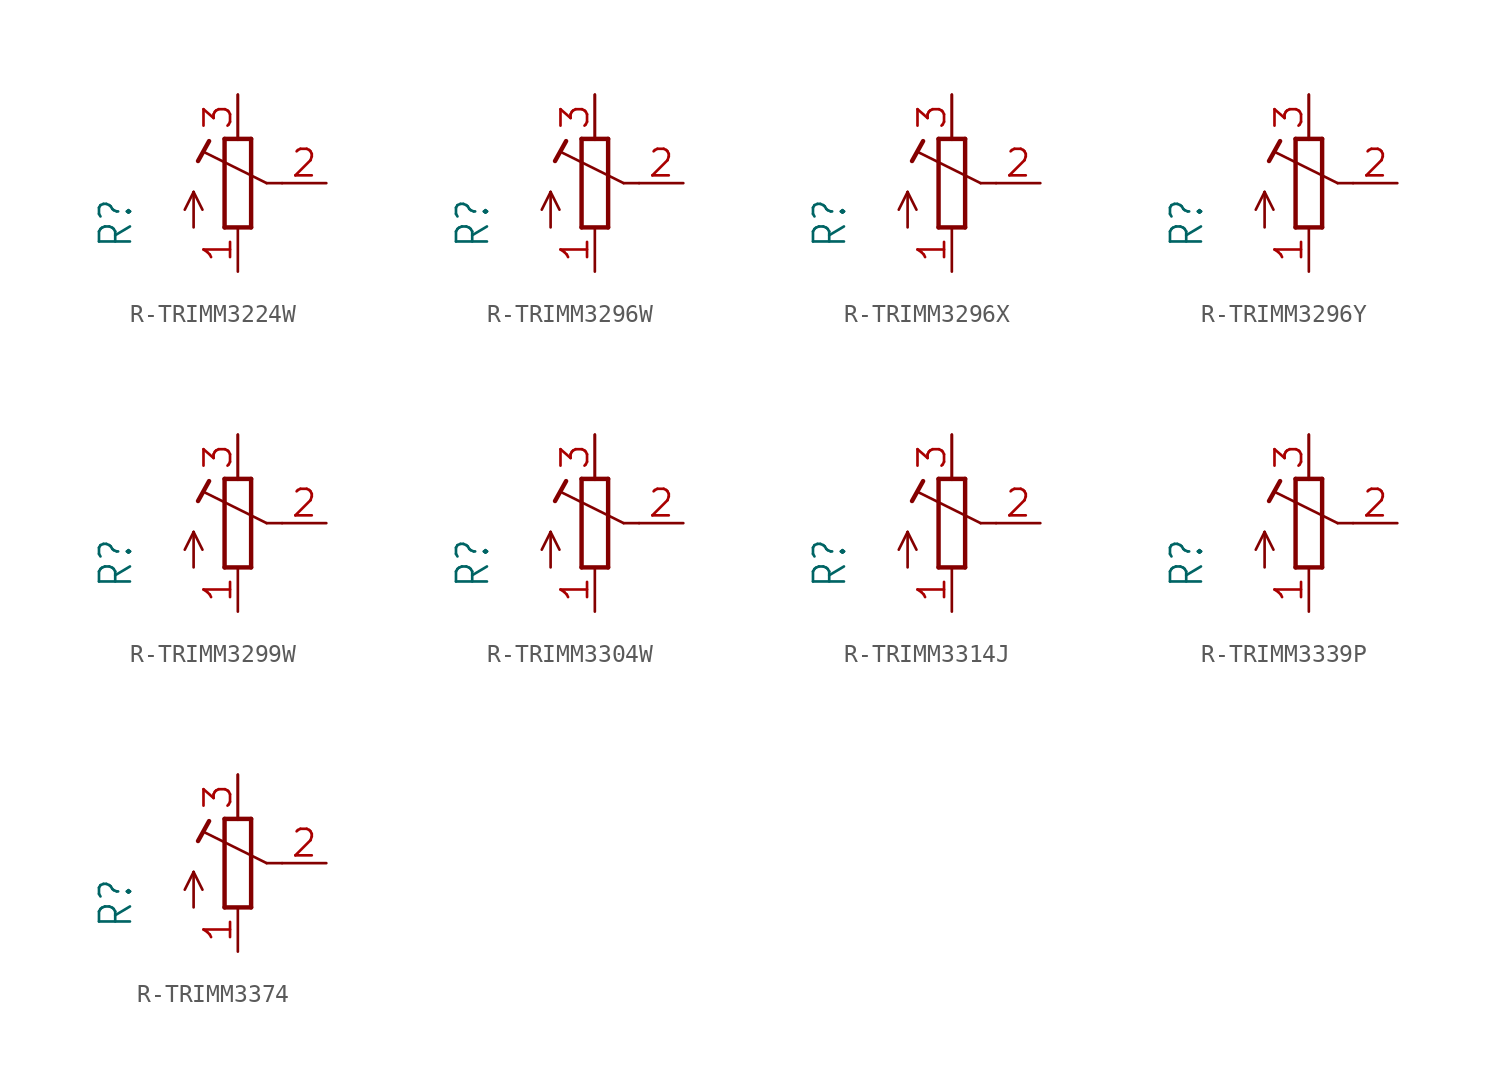
<source format=kicad_sym>
(kicad_symbol_lib
  (version 20241209)
  (generator "kicad_symbol_editor")
  (generator_version "9.0")
  (symbol "R-TRIMM3224W"
    (property "Reference" "R"
      (at -5.969 -3.81 90)
      (effects (font (size 1.778 1.511)) (justify left bottom)))
    (property "Value" ""
      (at -3.81 -3.81 90)
      (effects (font (size 1.778 1.511)) (justify left bottom)))
    (property "ki_locked" ""
      (at 0 0 0)
      (effects (font (size 1.27 1.27))))
    (symbol "R-TRIMM3224W_1_0"
      (polyline (pts (xy -2.54 -0.508) (xy -3.048 -1.524)) (stroke (width 0.152) (type solid)) (fill (type none)))
      (polyline (pts (xy -2.54 -0.508) (xy -2.032 -1.524)) (stroke (width 0.152) (type solid)) (fill (type none)))
      (polyline (pts (xy -2.54 -2.54) (xy -2.54 -0.508)) (stroke (width 0.152) (type solid)) (fill (type none)))
      (polyline (pts (xy -2.286 1.27) (xy -1.651 2.413)) (stroke (width 0.254) (type solid)) (fill (type none)))
      (polyline (pts (xy -0.762 2.54) (xy -0.762 -2.54)) (stroke (width 0.254) (type solid)) (fill (type none)))
      (polyline (pts (xy -0.762 -2.54) (xy 0.762 -2.54)) (stroke (width 0.254) (type solid)) (fill (type none)))
      (polyline (pts (xy 0 2.54) (xy -0.762 2.54)) (stroke (width 0.254) (type solid)) (fill (type none)))
      (polyline (pts (xy 0 2.54) (xy 0 5.08)) (stroke (width 0.152) (type solid)) (fill (type none)))
      (polyline (pts (xy 0.762 2.54) (xy 0 2.54)) (stroke (width 0.254) (type solid)) (fill (type none)))
      (polyline (pts (xy 0.762 -2.54) (xy 0.762 2.54)) (stroke (width 0.254) (type solid)) (fill (type none)))
      (polyline (pts (xy 1.651 0) (xy -1.88 1.753)) (stroke (width 0.152) (type solid)) (fill (type none)))
      (polyline (pts (xy 2.54 0) (xy 1.651 0)) (stroke (width 0.152) (type solid)) (fill (type none)))
      (pin passive line (at 0 5.08 270) (length 2.54) (name "A" (effects (font (size 0 0)))) (number "3" (effects (font (size 1.524 1.524)))))
      (pin passive line (at 0 -5.08 90) (length 2.54) (name "E" (effects (font (size 0 0)))) (number "1" (effects (font (size 1.524 1.524)))))
      (pin passive line (at 5.08 0 180) (length 2.54) (name "S" (effects (font (size 0 0)))) (number "2" (effects (font (size 1.524 1.524)))))))
  (symbol "R-TRIMM3296W"
    (property "Reference" "R"
      (at -5.969 -3.81 90)
      (effects (font (size 1.778 1.511)) (justify left bottom)))
    (property "Value" ""
      (at -3.81 -3.81 90)
      (effects (font (size 1.778 1.511)) (justify left bottom)))
    (property "ki_locked" ""
      (at 0 0 0)
      (effects (font (size 1.27 1.27))))
    (symbol "R-TRIMM3296W_1_0"
      (polyline (pts (xy -2.54 -0.508) (xy -3.048 -1.524)) (stroke (width 0.152) (type solid)) (fill (type none)))
      (polyline (pts (xy -2.54 -0.508) (xy -2.032 -1.524)) (stroke (width 0.152) (type solid)) (fill (type none)))
      (polyline (pts (xy -2.54 -2.54) (xy -2.54 -0.508)) (stroke (width 0.152) (type solid)) (fill (type none)))
      (polyline (pts (xy -2.286 1.27) (xy -1.651 2.413)) (stroke (width 0.254) (type solid)) (fill (type none)))
      (polyline (pts (xy -0.762 2.54) (xy -0.762 -2.54)) (stroke (width 0.254) (type solid)) (fill (type none)))
      (polyline (pts (xy -0.762 -2.54) (xy 0.762 -2.54)) (stroke (width 0.254) (type solid)) (fill (type none)))
      (polyline (pts (xy 0 2.54) (xy -0.762 2.54)) (stroke (width 0.254) (type solid)) (fill (type none)))
      (polyline (pts (xy 0 2.54) (xy 0 5.08)) (stroke (width 0.152) (type solid)) (fill (type none)))
      (polyline (pts (xy 0.762 2.54) (xy 0 2.54)) (stroke (width 0.254) (type solid)) (fill (type none)))
      (polyline (pts (xy 0.762 -2.54) (xy 0.762 2.54)) (stroke (width 0.254) (type solid)) (fill (type none)))
      (polyline (pts (xy 1.651 0) (xy -1.88 1.753)) (stroke (width 0.152) (type solid)) (fill (type none)))
      (polyline (pts (xy 2.54 0) (xy 1.651 0)) (stroke (width 0.152) (type solid)) (fill (type none)))
      (pin passive line (at 0 5.08 270) (length 2.54) (name "A" (effects (font (size 0 0)))) (number "3" (effects (font (size 1.524 1.524)))))
      (pin passive line (at 0 -5.08 90) (length 2.54) (name "E" (effects (font (size 0 0)))) (number "1" (effects (font (size 1.524 1.524)))))
      (pin passive line (at 5.08 0 180) (length 2.54) (name "S" (effects (font (size 0 0)))) (number "2" (effects (font (size 1.524 1.524)))))))
  (symbol "R-TRIMM3296X"
    (property "Reference" "R"
      (at -5.969 -3.81 90)
      (effects (font (size 1.778 1.511)) (justify left bottom)))
    (property "Value" ""
      (at -3.81 -3.81 90)
      (effects (font (size 1.778 1.511)) (justify left bottom)))
    (property "ki_locked" ""
      (at 0 0 0)
      (effects (font (size 1.27 1.27))))
    (symbol "R-TRIMM3296X_1_0"
      (polyline (pts (xy -2.54 -0.508) (xy -3.048 -1.524)) (stroke (width 0.152) (type solid)) (fill (type none)))
      (polyline (pts (xy -2.54 -0.508) (xy -2.032 -1.524)) (stroke (width 0.152) (type solid)) (fill (type none)))
      (polyline (pts (xy -2.54 -2.54) (xy -2.54 -0.508)) (stroke (width 0.152) (type solid)) (fill (type none)))
      (polyline (pts (xy -2.286 1.27) (xy -1.651 2.413)) (stroke (width 0.254) (type solid)) (fill (type none)))
      (polyline (pts (xy -0.762 2.54) (xy -0.762 -2.54)) (stroke (width 0.254) (type solid)) (fill (type none)))
      (polyline (pts (xy -0.762 -2.54) (xy 0.762 -2.54)) (stroke (width 0.254) (type solid)) (fill (type none)))
      (polyline (pts (xy 0 2.54) (xy -0.762 2.54)) (stroke (width 0.254) (type solid)) (fill (type none)))
      (polyline (pts (xy 0 2.54) (xy 0 5.08)) (stroke (width 0.152) (type solid)) (fill (type none)))
      (polyline (pts (xy 0.762 2.54) (xy 0 2.54)) (stroke (width 0.254) (type solid)) (fill (type none)))
      (polyline (pts (xy 0.762 -2.54) (xy 0.762 2.54)) (stroke (width 0.254) (type solid)) (fill (type none)))
      (polyline (pts (xy 1.651 0) (xy -1.88 1.753)) (stroke (width 0.152) (type solid)) (fill (type none)))
      (polyline (pts (xy 2.54 0) (xy 1.651 0)) (stroke (width 0.152) (type solid)) (fill (type none)))
      (pin passive line (at 0 5.08 270) (length 2.54) (name "A" (effects (font (size 0 0)))) (number "3" (effects (font (size 1.524 1.524)))))
      (pin passive line (at 0 -5.08 90) (length 2.54) (name "E" (effects (font (size 0 0)))) (number "1" (effects (font (size 1.524 1.524)))))
      (pin passive line (at 5.08 0 180) (length 2.54) (name "S" (effects (font (size 0 0)))) (number "2" (effects (font (size 1.524 1.524)))))))
  (symbol "R-TRIMM3296Y"
    (property "Reference" "R"
      (at -5.969 -3.81 90)
      (effects (font (size 1.778 1.511)) (justify left bottom)))
    (property "Value" ""
      (at -3.81 -3.81 90)
      (effects (font (size 1.778 1.511)) (justify left bottom)))
    (property "ki_locked" ""
      (at 0 0 0)
      (effects (font (size 1.27 1.27))))
    (symbol "R-TRIMM3296Y_1_0"
      (polyline (pts (xy -2.54 -0.508) (xy -3.048 -1.524)) (stroke (width 0.152) (type solid)) (fill (type none)))
      (polyline (pts (xy -2.54 -0.508) (xy -2.032 -1.524)) (stroke (width 0.152) (type solid)) (fill (type none)))
      (polyline (pts (xy -2.54 -2.54) (xy -2.54 -0.508)) (stroke (width 0.152) (type solid)) (fill (type none)))
      (polyline (pts (xy -2.286 1.27) (xy -1.651 2.413)) (stroke (width 0.254) (type solid)) (fill (type none)))
      (polyline (pts (xy -0.762 2.54) (xy -0.762 -2.54)) (stroke (width 0.254) (type solid)) (fill (type none)))
      (polyline (pts (xy -0.762 -2.54) (xy 0.762 -2.54)) (stroke (width 0.254) (type solid)) (fill (type none)))
      (polyline (pts (xy 0 2.54) (xy -0.762 2.54)) (stroke (width 0.254) (type solid)) (fill (type none)))
      (polyline (pts (xy 0 2.54) (xy 0 5.08)) (stroke (width 0.152) (type solid)) (fill (type none)))
      (polyline (pts (xy 0.762 2.54) (xy 0 2.54)) (stroke (width 0.254) (type solid)) (fill (type none)))
      (polyline (pts (xy 0.762 -2.54) (xy 0.762 2.54)) (stroke (width 0.254) (type solid)) (fill (type none)))
      (polyline (pts (xy 1.651 0) (xy -1.88 1.753)) (stroke (width 0.152) (type solid)) (fill (type none)))
      (polyline (pts (xy 2.54 0) (xy 1.651 0)) (stroke (width 0.152) (type solid)) (fill (type none)))
      (pin passive line (at 0 5.08 270) (length 2.54) (name "A" (effects (font (size 0 0)))) (number "3" (effects (font (size 1.524 1.524)))))
      (pin passive line (at 0 -5.08 90) (length 2.54) (name "E" (effects (font (size 0 0)))) (number "1" (effects (font (size 1.524 1.524)))))
      (pin passive line (at 5.08 0 180) (length 2.54) (name "S" (effects (font (size 0 0)))) (number "2" (effects (font (size 1.524 1.524)))))))
  (symbol "R-TRIMM3299W"
    (property "Reference" "R"
      (at -5.969 -3.81 90)
      (effects (font (size 1.778 1.511)) (justify left bottom)))
    (property "Value" ""
      (at -3.81 -3.81 90)
      (effects (font (size 1.778 1.511)) (justify left bottom)))
    (property "ki_locked" ""
      (at 0 0 0)
      (effects (font (size 1.27 1.27))))
    (symbol "R-TRIMM3299W_1_0"
      (polyline (pts (xy -2.54 -0.508) (xy -3.048 -1.524)) (stroke (width 0.152) (type solid)) (fill (type none)))
      (polyline (pts (xy -2.54 -0.508) (xy -2.032 -1.524)) (stroke (width 0.152) (type solid)) (fill (type none)))
      (polyline (pts (xy -2.54 -2.54) (xy -2.54 -0.508)) (stroke (width 0.152) (type solid)) (fill (type none)))
      (polyline (pts (xy -2.286 1.27) (xy -1.651 2.413)) (stroke (width 0.254) (type solid)) (fill (type none)))
      (polyline (pts (xy -0.762 2.54) (xy -0.762 -2.54)) (stroke (width 0.254) (type solid)) (fill (type none)))
      (polyline (pts (xy -0.762 -2.54) (xy 0.762 -2.54)) (stroke (width 0.254) (type solid)) (fill (type none)))
      (polyline (pts (xy 0 2.54) (xy -0.762 2.54)) (stroke (width 0.254) (type solid)) (fill (type none)))
      (polyline (pts (xy 0 2.54) (xy 0 5.08)) (stroke (width 0.152) (type solid)) (fill (type none)))
      (polyline (pts (xy 0.762 2.54) (xy 0 2.54)) (stroke (width 0.254) (type solid)) (fill (type none)))
      (polyline (pts (xy 0.762 -2.54) (xy 0.762 2.54)) (stroke (width 0.254) (type solid)) (fill (type none)))
      (polyline (pts (xy 1.651 0) (xy -1.88 1.753)) (stroke (width 0.152) (type solid)) (fill (type none)))
      (polyline (pts (xy 2.54 0) (xy 1.651 0)) (stroke (width 0.152) (type solid)) (fill (type none)))
      (pin passive line (at 0 5.08 270) (length 2.54) (name "A" (effects (font (size 0 0)))) (number "3" (effects (font (size 1.524 1.524)))))
      (pin passive line (at 0 -5.08 90) (length 2.54) (name "E" (effects (font (size 0 0)))) (number "1" (effects (font (size 1.524 1.524)))))
      (pin passive line (at 5.08 0 180) (length 2.54) (name "S" (effects (font (size 0 0)))) (number "2" (effects (font (size 1.524 1.524)))))))
  (symbol "R-TRIMM3304W"
    (property "Reference" "R"
      (at -5.969 -3.81 90)
      (effects (font (size 1.778 1.511)) (justify left bottom)))
    (property "Value" ""
      (at -3.81 -3.81 90)
      (effects (font (size 1.778 1.511)) (justify left bottom)))
    (property "ki_locked" ""
      (at 0 0 0)
      (effects (font (size 1.27 1.27))))
    (symbol "R-TRIMM3304W_1_0"
      (polyline (pts (xy -2.54 -0.508) (xy -3.048 -1.524)) (stroke (width 0.152) (type solid)) (fill (type none)))
      (polyline (pts (xy -2.54 -0.508) (xy -2.032 -1.524)) (stroke (width 0.152) (type solid)) (fill (type none)))
      (polyline (pts (xy -2.54 -2.54) (xy -2.54 -0.508)) (stroke (width 0.152) (type solid)) (fill (type none)))
      (polyline (pts (xy -2.286 1.27) (xy -1.651 2.413)) (stroke (width 0.254) (type solid)) (fill (type none)))
      (polyline (pts (xy -0.762 2.54) (xy -0.762 -2.54)) (stroke (width 0.254) (type solid)) (fill (type none)))
      (polyline (pts (xy -0.762 -2.54) (xy 0.762 -2.54)) (stroke (width 0.254) (type solid)) (fill (type none)))
      (polyline (pts (xy 0 2.54) (xy -0.762 2.54)) (stroke (width 0.254) (type solid)) (fill (type none)))
      (polyline (pts (xy 0 2.54) (xy 0 5.08)) (stroke (width 0.152) (type solid)) (fill (type none)))
      (polyline (pts (xy 0.762 2.54) (xy 0 2.54)) (stroke (width 0.254) (type solid)) (fill (type none)))
      (polyline (pts (xy 0.762 -2.54) (xy 0.762 2.54)) (stroke (width 0.254) (type solid)) (fill (type none)))
      (polyline (pts (xy 1.651 0) (xy -1.88 1.753)) (stroke (width 0.152) (type solid)) (fill (type none)))
      (polyline (pts (xy 2.54 0) (xy 1.651 0)) (stroke (width 0.152) (type solid)) (fill (type none)))
      (pin passive line (at 0 5.08 270) (length 2.54) (name "A" (effects (font (size 0 0)))) (number "3" (effects (font (size 1.524 1.524)))))
      (pin passive line (at 0 -5.08 90) (length 2.54) (name "E" (effects (font (size 0 0)))) (number "1" (effects (font (size 1.524 1.524)))))
      (pin passive line (at 5.08 0 180) (length 2.54) (name "S" (effects (font (size 0 0)))) (number "2" (effects (font (size 1.524 1.524)))))))
  (symbol "R-TRIMM3314J"
    (property "Reference" "R"
      (at -5.969 -3.81 90)
      (effects (font (size 1.778 1.511)) (justify left bottom)))
    (property "Value" ""
      (at -3.81 -3.81 90)
      (effects (font (size 1.778 1.511)) (justify left bottom)))
    (property "ki_locked" ""
      (at 0 0 0)
      (effects (font (size 1.27 1.27))))
    (symbol "R-TRIMM3314J_1_0"
      (polyline (pts (xy -2.54 -0.508) (xy -3.048 -1.524)) (stroke (width 0.152) (type solid)) (fill (type none)))
      (polyline (pts (xy -2.54 -0.508) (xy -2.032 -1.524)) (stroke (width 0.152) (type solid)) (fill (type none)))
      (polyline (pts (xy -2.54 -2.54) (xy -2.54 -0.508)) (stroke (width 0.152) (type solid)) (fill (type none)))
      (polyline (pts (xy -2.286 1.27) (xy -1.651 2.413)) (stroke (width 0.254) (type solid)) (fill (type none)))
      (polyline (pts (xy -0.762 2.54) (xy -0.762 -2.54)) (stroke (width 0.254) (type solid)) (fill (type none)))
      (polyline (pts (xy -0.762 -2.54) (xy 0.762 -2.54)) (stroke (width 0.254) (type solid)) (fill (type none)))
      (polyline (pts (xy 0 2.54) (xy -0.762 2.54)) (stroke (width 0.254) (type solid)) (fill (type none)))
      (polyline (pts (xy 0 2.54) (xy 0 5.08)) (stroke (width 0.152) (type solid)) (fill (type none)))
      (polyline (pts (xy 0.762 2.54) (xy 0 2.54)) (stroke (width 0.254) (type solid)) (fill (type none)))
      (polyline (pts (xy 0.762 -2.54) (xy 0.762 2.54)) (stroke (width 0.254) (type solid)) (fill (type none)))
      (polyline (pts (xy 1.651 0) (xy -1.88 1.753)) (stroke (width 0.152) (type solid)) (fill (type none)))
      (polyline (pts (xy 2.54 0) (xy 1.651 0)) (stroke (width 0.152) (type solid)) (fill (type none)))
      (pin passive line (at 0 5.08 270) (length 2.54) (name "A" (effects (font (size 0 0)))) (number "3" (effects (font (size 1.524 1.524)))))
      (pin passive line (at 0 -5.08 90) (length 2.54) (name "E" (effects (font (size 0 0)))) (number "1" (effects (font (size 1.524 1.524)))))
      (pin passive line (at 5.08 0 180) (length 2.54) (name "S" (effects (font (size 0 0)))) (number "2" (effects (font (size 1.524 1.524)))))))
  (symbol "R-TRIMM3339P"
    (property "Reference" "R"
      (at -5.969 -3.81 90)
      (effects (font (size 1.778 1.511)) (justify left bottom)))
    (property "Value" ""
      (at -3.81 -3.81 90)
      (effects (font (size 1.778 1.511)) (justify left bottom)))
    (property "ki_locked" ""
      (at 0 0 0)
      (effects (font (size 1.27 1.27))))
    (symbol "R-TRIMM3339P_1_0"
      (polyline (pts (xy -2.54 -0.508) (xy -3.048 -1.524)) (stroke (width 0.152) (type solid)) (fill (type none)))
      (polyline (pts (xy -2.54 -0.508) (xy -2.032 -1.524)) (stroke (width 0.152) (type solid)) (fill (type none)))
      (polyline (pts (xy -2.54 -2.54) (xy -2.54 -0.508)) (stroke (width 0.152) (type solid)) (fill (type none)))
      (polyline (pts (xy -2.286 1.27) (xy -1.651 2.413)) (stroke (width 0.254) (type solid)) (fill (type none)))
      (polyline (pts (xy -0.762 2.54) (xy -0.762 -2.54)) (stroke (width 0.254) (type solid)) (fill (type none)))
      (polyline (pts (xy -0.762 -2.54) (xy 0.762 -2.54)) (stroke (width 0.254) (type solid)) (fill (type none)))
      (polyline (pts (xy 0 2.54) (xy -0.762 2.54)) (stroke (width 0.254) (type solid)) (fill (type none)))
      (polyline (pts (xy 0 2.54) (xy 0 5.08)) (stroke (width 0.152) (type solid)) (fill (type none)))
      (polyline (pts (xy 0.762 2.54) (xy 0 2.54)) (stroke (width 0.254) (type solid)) (fill (type none)))
      (polyline (pts (xy 0.762 -2.54) (xy 0.762 2.54)) (stroke (width 0.254) (type solid)) (fill (type none)))
      (polyline (pts (xy 1.651 0) (xy -1.88 1.753)) (stroke (width 0.152) (type solid)) (fill (type none)))
      (polyline (pts (xy 2.54 0) (xy 1.651 0)) (stroke (width 0.152) (type solid)) (fill (type none)))
      (pin passive line (at 0 5.08 270) (length 2.54) (name "A" (effects (font (size 0 0)))) (number "3" (effects (font (size 1.524 1.524)))))
      (pin passive line (at 0 -5.08 90) (length 2.54) (name "E" (effects (font (size 0 0)))) (number "1" (effects (font (size 1.524 1.524)))))
      (pin passive line (at 5.08 0 180) (length 2.54) (name "S" (effects (font (size 0 0)))) (number "2" (effects (font (size 1.524 1.524)))))))
  (symbol "R-TRIMM3374"
    (property "Reference" "R"
      (at -5.969 -3.81 90)
      (effects (font (size 1.778 1.511)) (justify left bottom)))
    (property "Value" ""
      (at -3.81 -3.81 90)
      (effects (font (size 1.778 1.511)) (justify left bottom)))
    (property "ki_locked" ""
      (at 0 0 0)
      (effects (font (size 1.27 1.27))))
    (symbol "R-TRIMM3374_1_0"
      (polyline (pts (xy -2.54 -0.508) (xy -3.048 -1.524)) (stroke (width 0.152) (type solid)) (fill (type none)))
      (polyline (pts (xy -2.54 -0.508) (xy -2.032 -1.524)) (stroke (width 0.152) (type solid)) (fill (type none)))
      (polyline (pts (xy -2.54 -2.54) (xy -2.54 -0.508)) (stroke (width 0.152) (type solid)) (fill (type none)))
      (polyline (pts (xy -2.286 1.27) (xy -1.651 2.413)) (stroke (width 0.254) (type solid)) (fill (type none)))
      (polyline (pts (xy -0.762 2.54) (xy -0.762 -2.54)) (stroke (width 0.254) (type solid)) (fill (type none)))
      (polyline (pts (xy -0.762 -2.54) (xy 0.762 -2.54)) (stroke (width 0.254) (type solid)) (fill (type none)))
      (polyline (pts (xy 0 2.54) (xy -0.762 2.54)) (stroke (width 0.254) (type solid)) (fill (type none)))
      (polyline (pts (xy 0 2.54) (xy 0 5.08)) (stroke (width 0.152) (type solid)) (fill (type none)))
      (polyline (pts (xy 0.762 2.54) (xy 0 2.54)) (stroke (width 0.254) (type solid)) (fill (type none)))
      (polyline (pts (xy 0.762 -2.54) (xy 0.762 2.54)) (stroke (width 0.254) (type solid)) (fill (type none)))
      (polyline (pts (xy 1.651 0) (xy -1.88 1.753)) (stroke (width 0.152) (type solid)) (fill (type none)))
      (polyline (pts (xy 2.54 0) (xy 1.651 0)) (stroke (width 0.152) (type solid)) (fill (type none)))
      (pin passive line (at 0 5.08 270) (length 2.54) (name "A" (effects (font (size 0 0)))) (number "3" (effects (font (size 1.524 1.524)))))
      (pin passive line (at 0 -5.08 90) (length 2.54) (name "E" (effects (font (size 0 0)))) (number "1" (effects (font (size 1.524 1.524)))))
      (pin passive line (at 5.08 0 180) (length 2.54) (name "S" (effects (font (size 0 0)))) (number "2" (effects (font (size 1.524 1.524))))))))
</source>
